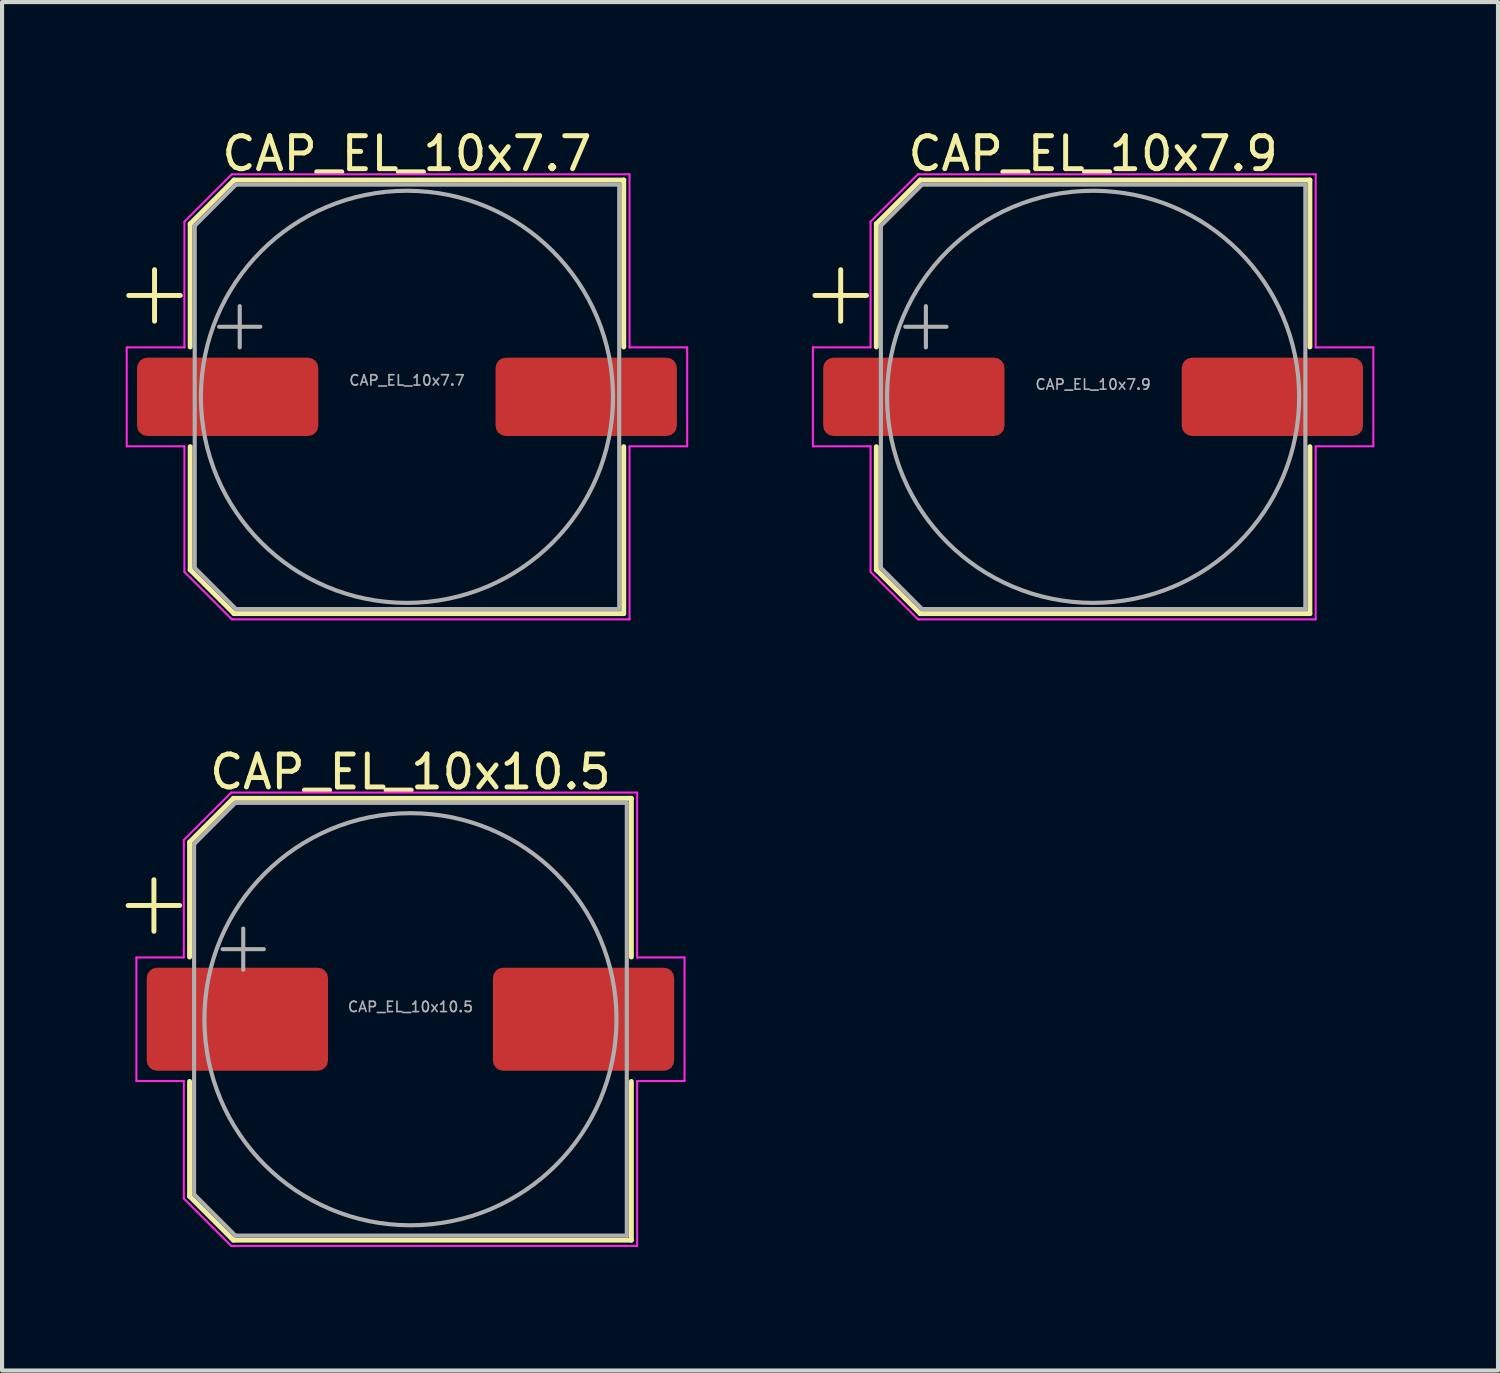
<source format=kicad_pcb>
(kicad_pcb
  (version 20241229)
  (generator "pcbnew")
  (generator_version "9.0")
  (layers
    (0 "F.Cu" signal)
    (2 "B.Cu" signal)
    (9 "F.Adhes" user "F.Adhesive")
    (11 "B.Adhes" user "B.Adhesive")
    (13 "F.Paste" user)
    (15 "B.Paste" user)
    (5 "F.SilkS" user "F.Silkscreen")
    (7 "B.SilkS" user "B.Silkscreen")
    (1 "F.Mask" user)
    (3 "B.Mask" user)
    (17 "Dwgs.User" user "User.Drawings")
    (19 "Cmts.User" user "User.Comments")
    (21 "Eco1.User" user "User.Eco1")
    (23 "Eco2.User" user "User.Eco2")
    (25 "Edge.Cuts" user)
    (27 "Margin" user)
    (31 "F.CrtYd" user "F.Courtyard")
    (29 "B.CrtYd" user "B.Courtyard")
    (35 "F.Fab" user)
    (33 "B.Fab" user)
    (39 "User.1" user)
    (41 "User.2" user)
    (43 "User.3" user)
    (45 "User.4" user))
  (footprint "CAP_EL_10x7.7"
    (layer "F.Cu")
    (at 6.825 6.579)
    (property "Reference" "CAP_EL_10x7.7" (at 0 -5.9 0) (layer "F.SilkS") (effects (font (size 0.8 0.8) (thickness 0.12))))
    (attr smd)
    (fp_line (start -6.75 -2.46) (end -5.5 -2.46) (stroke (width 0.12) (type solid)) (layer "F.SilkS"))
    (fp_line (start -6.125 -3.085) (end -6.125 -1.835) (stroke (width 0.12) (type solid)) (layer "F.SilkS"))
    (fp_line (start -5.26 -4.196) (end -5.26 -1.21) (stroke (width 0.12) (type solid)) (layer "F.SilkS"))
    (fp_line (start -5.26 -4.196) (end -4.196 -5.26) (stroke (width 0.12) (type solid)) (layer "F.SilkS"))
    (fp_line (start -5.26 4.196) (end -5.26 1.21) (stroke (width 0.12) (type solid)) (layer "F.SilkS"))
    (fp_line (start -5.26 4.196) (end -4.196 5.26) (stroke (width 0.12) (type solid)) (layer "F.SilkS"))
    (fp_line (start -4.196 -5.26) (end 5.26 -5.26) (stroke (width 0.12) (type solid)) (layer "F.SilkS"))
    (fp_line (start -4.196 5.26) (end 5.26 5.26) (stroke (width 0.12) (type solid)) (layer "F.SilkS"))
    (fp_line (start 5.26 -5.26) (end 5.26 -1.21) (stroke (width 0.12) (type solid)) (layer "F.SilkS"))
    (fp_line (start 5.26 5.26) (end 5.26 1.21) (stroke (width 0.12) (type solid)) (layer "F.SilkS"))
    (fp_line (start -6.8 -1.2) (end -6.8 1.2) (stroke (width 0.05) (type solid)) (layer "F.CrtYd"))
    (fp_line (start -6.8 1.2) (end -5.4 1.2) (stroke (width 0.05) (type solid)) (layer "F.CrtYd"))
    (fp_line (start -5.4 -4.25) (end -5.4 -1.2) (stroke (width 0.05) (type solid)) (layer "F.CrtYd"))
    (fp_line (start -5.4 -4.25) (end -4.25 -5.4) (stroke (width 0.05) (type solid)) (layer "F.CrtYd"))
    (fp_line (start -5.4 -1.2) (end -6.8 -1.2) (stroke (width 0.05) (type solid)) (layer "F.CrtYd"))
    (fp_line (start -5.4 1.2) (end -5.4 4.25) (stroke (width 0.05) (type solid)) (layer "F.CrtYd"))
    (fp_line (start -5.4 4.25) (end -4.25 5.4) (stroke (width 0.05) (type solid)) (layer "F.CrtYd"))
    (fp_line (start -4.25 -5.4) (end 5.4 -5.4) (stroke (width 0.05) (type solid)) (layer "F.CrtYd"))
    (fp_line (start -4.25 5.4) (end 5.4 5.4) (stroke (width 0.05) (type solid)) (layer "F.CrtYd"))
    (fp_line (start 5.4 -5.4) (end 5.4 -1.2) (stroke (width 0.05) (type solid)) (layer "F.CrtYd"))
    (fp_line (start 5.4 -1.2) (end 6.8 -1.2) (stroke (width 0.05) (type solid)) (layer "F.CrtYd"))
    (fp_line (start 5.4 1.2) (end 5.4 5.4) (stroke (width 0.05) (type solid)) (layer "F.CrtYd"))
    (fp_line (start 6.8 -1.2) (end 6.8 1.2) (stroke (width 0.05) (type solid)) (layer "F.CrtYd"))
    (fp_line (start 6.8 1.2) (end 5.4 1.2) (stroke (width 0.05) (type solid)) (layer "F.CrtYd"))
    (fp_line (start -5.15 -4.15) (end -5.15 4.15) (stroke (width 0.1) (type solid)) (layer "F.Fab"))
    (fp_line (start -5.15 -4.15) (end -4.15 -5.15) (stroke (width 0.1) (type solid)) (layer "F.Fab"))
    (fp_line (start -5.15 4.15) (end -4.15 5.15) (stroke (width 0.1) (type solid)) (layer "F.Fab"))
    (fp_line (start -4.558 -1.7) (end -3.558 -1.7) (stroke (width 0.1) (type solid)) (layer "F.Fab"))
    (fp_line (start -4.15 -5.15) (end 5.15 -5.15) (stroke (width 0.1) (type solid)) (layer "F.Fab"))
    (fp_line (start -4.15 5.15) (end 5.15 5.15) (stroke (width 0.1) (type solid)) (layer "F.Fab"))
    (fp_line (start -4.058 -2.2) (end -4.058 -1.2) (stroke (width 0.1) (type solid)) (layer "F.Fab"))
    (fp_line (start 5.15 -5.15) (end 5.15 5.15) (stroke (width 0.1) (type solid)) (layer "F.Fab"))
    (fp_circle (center 0 0) (end 5 0) (stroke (width 0.1) (type solid)) (fill no) (layer "F.Fab"))
    (fp_text user "${REFERENCE}" (at 0 -0.4 0) (layer "F.Fab") (effects (font (size 0.25 0.25) (thickness 0.04))))
    (pad "1" smd roundrect (at -4.35 0) (size 4.4 1.9) (layers "F.Cu" "F.Mask" "F.Paste") (roundrect_rratio 0.132))
    (pad "2" smd roundrect (at 4.35 0) (size 4.4 1.9) (layers "F.Cu" "F.Mask" "F.Paste") (roundrect_rratio 0.132)))
  (footprint "CAP_EL_10x7.9"
    (layer "F.Cu")
    (at 23.475 6.579)
    (property "Reference" "CAP_EL_10x7.9" (at 0 -5.9 0) (layer "F.SilkS") (effects (font (size 0.8 0.8) (thickness 0.12))))
    (attr smd)
    (fp_line (start -6.75 -2.46) (end -5.5 -2.46) (stroke (width 0.12) (type solid)) (layer "F.SilkS"))
    (fp_line (start -6.125 -3.085) (end -6.125 -1.835) (stroke (width 0.12) (type solid)) (layer "F.SilkS"))
    (fp_line (start -5.26 -4.196) (end -5.26 -1.21) (stroke (width 0.12) (type solid)) (layer "F.SilkS"))
    (fp_line (start -5.26 -4.196) (end -4.196 -5.26) (stroke (width 0.12) (type solid)) (layer "F.SilkS"))
    (fp_line (start -5.26 4.196) (end -5.26 1.21) (stroke (width 0.12) (type solid)) (layer "F.SilkS"))
    (fp_line (start -5.26 4.196) (end -4.196 5.26) (stroke (width 0.12) (type solid)) (layer "F.SilkS"))
    (fp_line (start -4.196 -5.26) (end 5.26 -5.26) (stroke (width 0.12) (type solid)) (layer "F.SilkS"))
    (fp_line (start -4.196 5.26) (end 5.26 5.26) (stroke (width 0.12) (type solid)) (layer "F.SilkS"))
    (fp_line (start 5.26 -5.26) (end 5.26 -1.21) (stroke (width 0.12) (type solid)) (layer "F.SilkS"))
    (fp_line (start 5.26 5.26) (end 5.26 1.21) (stroke (width 0.12) (type solid)) (layer "F.SilkS"))
    (fp_line (start -6.8 -1.2) (end -6.8 1.2) (stroke (width 0.05) (type solid)) (layer "F.CrtYd"))
    (fp_line (start -6.8 1.2) (end -5.4 1.2) (stroke (width 0.05) (type solid)) (layer "F.CrtYd"))
    (fp_line (start -5.4 -4.25) (end -5.4 -1.2) (stroke (width 0.05) (type solid)) (layer "F.CrtYd"))
    (fp_line (start -5.4 -4.25) (end -4.25 -5.4) (stroke (width 0.05) (type solid)) (layer "F.CrtYd"))
    (fp_line (start -5.4 -1.2) (end -6.8 -1.2) (stroke (width 0.05) (type solid)) (layer "F.CrtYd"))
    (fp_line (start -5.4 1.2) (end -5.4 4.25) (stroke (width 0.05) (type solid)) (layer "F.CrtYd"))
    (fp_line (start -5.4 4.25) (end -4.25 5.4) (stroke (width 0.05) (type solid)) (layer "F.CrtYd"))
    (fp_line (start -4.25 -5.4) (end 5.4 -5.4) (stroke (width 0.05) (type solid)) (layer "F.CrtYd"))
    (fp_line (start -4.25 5.4) (end 5.4 5.4) (stroke (width 0.05) (type solid)) (layer "F.CrtYd"))
    (fp_line (start 5.4 -5.4) (end 5.4 -1.2) (stroke (width 0.05) (type solid)) (layer "F.CrtYd"))
    (fp_line (start 5.4 -1.2) (end 6.8 -1.2) (stroke (width 0.05) (type solid)) (layer "F.CrtYd"))
    (fp_line (start 5.4 1.2) (end 5.4 5.4) (stroke (width 0.05) (type solid)) (layer "F.CrtYd"))
    (fp_line (start 6.8 -1.2) (end 6.8 1.2) (stroke (width 0.05) (type solid)) (layer "F.CrtYd"))
    (fp_line (start 6.8 1.2) (end 5.4 1.2) (stroke (width 0.05) (type solid)) (layer "F.CrtYd"))
    (fp_line (start -5.15 -4.15) (end -5.15 4.15) (stroke (width 0.1) (type solid)) (layer "F.Fab"))
    (fp_line (start -5.15 -4.15) (end -4.15 -5.15) (stroke (width 0.1) (type solid)) (layer "F.Fab"))
    (fp_line (start -5.15 4.15) (end -4.15 5.15) (stroke (width 0.1) (type solid)) (layer "F.Fab"))
    (fp_line (start -4.558 -1.7) (end -3.558 -1.7) (stroke (width 0.1) (type solid)) (layer "F.Fab"))
    (fp_line (start -4.15 -5.15) (end 5.15 -5.15) (stroke (width 0.1) (type solid)) (layer "F.Fab"))
    (fp_line (start -4.15 5.15) (end 5.15 5.15) (stroke (width 0.1) (type solid)) (layer "F.Fab"))
    (fp_line (start -4.058 -2.2) (end -4.058 -1.2) (stroke (width 0.1) (type solid)) (layer "F.Fab"))
    (fp_line (start 5.15 -5.15) (end 5.15 5.15) (stroke (width 0.1) (type solid)) (layer "F.Fab"))
    (fp_circle (center 0 0) (end 5 0) (stroke (width 0.1) (type solid)) (fill no) (layer "F.Fab"))
    (fp_text user "${REFERENCE}" (at 0 -0.3 0) (layer "F.Fab") (effects (font (size 0.25 0.25) (thickness 0.04))))
    (pad "1" smd roundrect (at -4.35 0) (size 4.4 1.9) (layers "F.Cu" "F.Mask" "F.Paste") (roundrect_rratio 0.132))
    (pad "2" smd roundrect (at 4.35 0) (size 4.4 1.9) (layers "F.Cu" "F.Mask" "F.Paste") (roundrect_rratio 0.132)))
  (footprint "CAP_EL_10x10.5"
    (layer "F.Cu")
    (at 6.91 21.682)
    (property "Reference" "CAP_EL_10x10.5" (at 0 -6 0) (layer "F.SilkS") (effects (font (size 0.8 0.8) (thickness 0.12))))
    (attr smd)
    (fp_line (start -6.85 -2.76) (end -5.6 -2.76) (stroke (width 0.12) (type solid)) (layer "F.SilkS"))
    (fp_line (start -6.225 -3.385) (end -6.225 -2.135) (stroke (width 0.12) (type solid)) (layer "F.SilkS"))
    (fp_line (start -5.36 -4.296) (end -5.36 -1.51) (stroke (width 0.12) (type solid)) (layer "F.SilkS"))
    (fp_line (start -5.36 -4.296) (end -4.296 -5.36) (stroke (width 0.12) (type solid)) (layer "F.SilkS"))
    (fp_line (start -5.36 4.296) (end -5.36 1.51) (stroke (width 0.12) (type solid)) (layer "F.SilkS"))
    (fp_line (start -5.36 4.296) (end -4.296 5.36) (stroke (width 0.12) (type solid)) (layer "F.SilkS"))
    (fp_line (start -4.296 -5.36) (end 5.36 -5.36) (stroke (width 0.12) (type solid)) (layer "F.SilkS"))
    (fp_line (start -4.296 5.36) (end 5.36 5.36) (stroke (width 0.12) (type solid)) (layer "F.SilkS"))
    (fp_line (start 5.36 -5.36) (end 5.36 -1.51) (stroke (width 0.12) (type solid)) (layer "F.SilkS"))
    (fp_line (start 5.36 5.36) (end 5.36 1.51) (stroke (width 0.12) (type solid)) (layer "F.SilkS"))
    (fp_line (start -6.65 -1.5) (end -6.65 1.5) (stroke (width 0.05) (type solid)) (layer "F.CrtYd"))
    (fp_line (start -6.65 1.5) (end -5.5 1.5) (stroke (width 0.05) (type solid)) (layer "F.CrtYd"))
    (fp_line (start -5.5 -4.35) (end -5.5 -1.5) (stroke (width 0.05) (type solid)) (layer "F.CrtYd"))
    (fp_line (start -5.5 -4.35) (end -4.35 -5.5) (stroke (width 0.05) (type solid)) (layer "F.CrtYd"))
    (fp_line (start -5.5 -1.5) (end -6.65 -1.5) (stroke (width 0.05) (type solid)) (layer "F.CrtYd"))
    (fp_line (start -5.5 1.5) (end -5.5 4.35) (stroke (width 0.05) (type solid)) (layer "F.CrtYd"))
    (fp_line (start -5.5 4.35) (end -4.35 5.5) (stroke (width 0.05) (type solid)) (layer "F.CrtYd"))
    (fp_line (start -4.35 -5.5) (end 5.5 -5.5) (stroke (width 0.05) (type solid)) (layer "F.CrtYd"))
    (fp_line (start -4.35 5.5) (end 5.5 5.5) (stroke (width 0.05) (type solid)) (layer "F.CrtYd"))
    (fp_line (start 5.5 -5.5) (end 5.5 -1.5) (stroke (width 0.05) (type solid)) (layer "F.CrtYd"))
    (fp_line (start 5.5 -1.5) (end 6.65 -1.5) (stroke (width 0.05) (type solid)) (layer "F.CrtYd"))
    (fp_line (start 5.5 1.5) (end 5.5 5.5) (stroke (width 0.05) (type solid)) (layer "F.CrtYd"))
    (fp_line (start 6.65 -1.5) (end 6.65 1.5) (stroke (width 0.05) (type solid)) (layer "F.CrtYd"))
    (fp_line (start 6.65 1.5) (end 5.5 1.5) (stroke (width 0.05) (type solid)) (layer "F.CrtYd"))
    (fp_line (start -5.25 -4.25) (end -5.25 4.25) (stroke (width 0.1) (type solid)) (layer "F.Fab"))
    (fp_line (start -5.25 -4.25) (end -4.25 -5.25) (stroke (width 0.1) (type solid)) (layer "F.Fab"))
    (fp_line (start -5.25 4.25) (end -4.25 5.25) (stroke (width 0.1) (type solid)) (layer "F.Fab"))
    (fp_line (start -4.558 -1.7) (end -3.558 -1.7) (stroke (width 0.1) (type solid)) (layer "F.Fab"))
    (fp_line (start -4.25 -5.25) (end 5.25 -5.25) (stroke (width 0.1) (type solid)) (layer "F.Fab"))
    (fp_line (start -4.25 5.25) (end 5.25 5.25) (stroke (width 0.1) (type solid)) (layer "F.Fab"))
    (fp_line (start -4.058 -2.2) (end -4.058 -1.2) (stroke (width 0.1) (type solid)) (layer "F.Fab"))
    (fp_line (start 5.25 -5.25) (end 5.25 5.25) (stroke (width 0.1) (type solid)) (layer "F.Fab"))
    (fp_circle (center 0 0) (end 5 0) (stroke (width 0.1) (type solid)) (fill no) (layer "F.Fab"))
    (fp_text user "${REFERENCE}" (at 0 -0.3 0) (layer "F.Fab") (effects (font (size 0.25 0.25) (thickness 0.04))))
    (pad "1" smd roundrect (at -4.2 0) (size 4.4 2.5) (layers "F.Cu" "F.Mask" "F.Paste") (roundrect_rratio 0.1))
    (pad "2" smd roundrect (at 4.2 0) (size 4.4 2.5) (layers "F.Cu" "F.Mask" "F.Paste") (roundrect_rratio 0.1)))
  (gr_rect
    (start -3 -3)
    (end 33.3 30.207)
    (stroke (width 0.1) (type default))
    (fill no)
    (layer "Edge.Cuts")))
</source>
